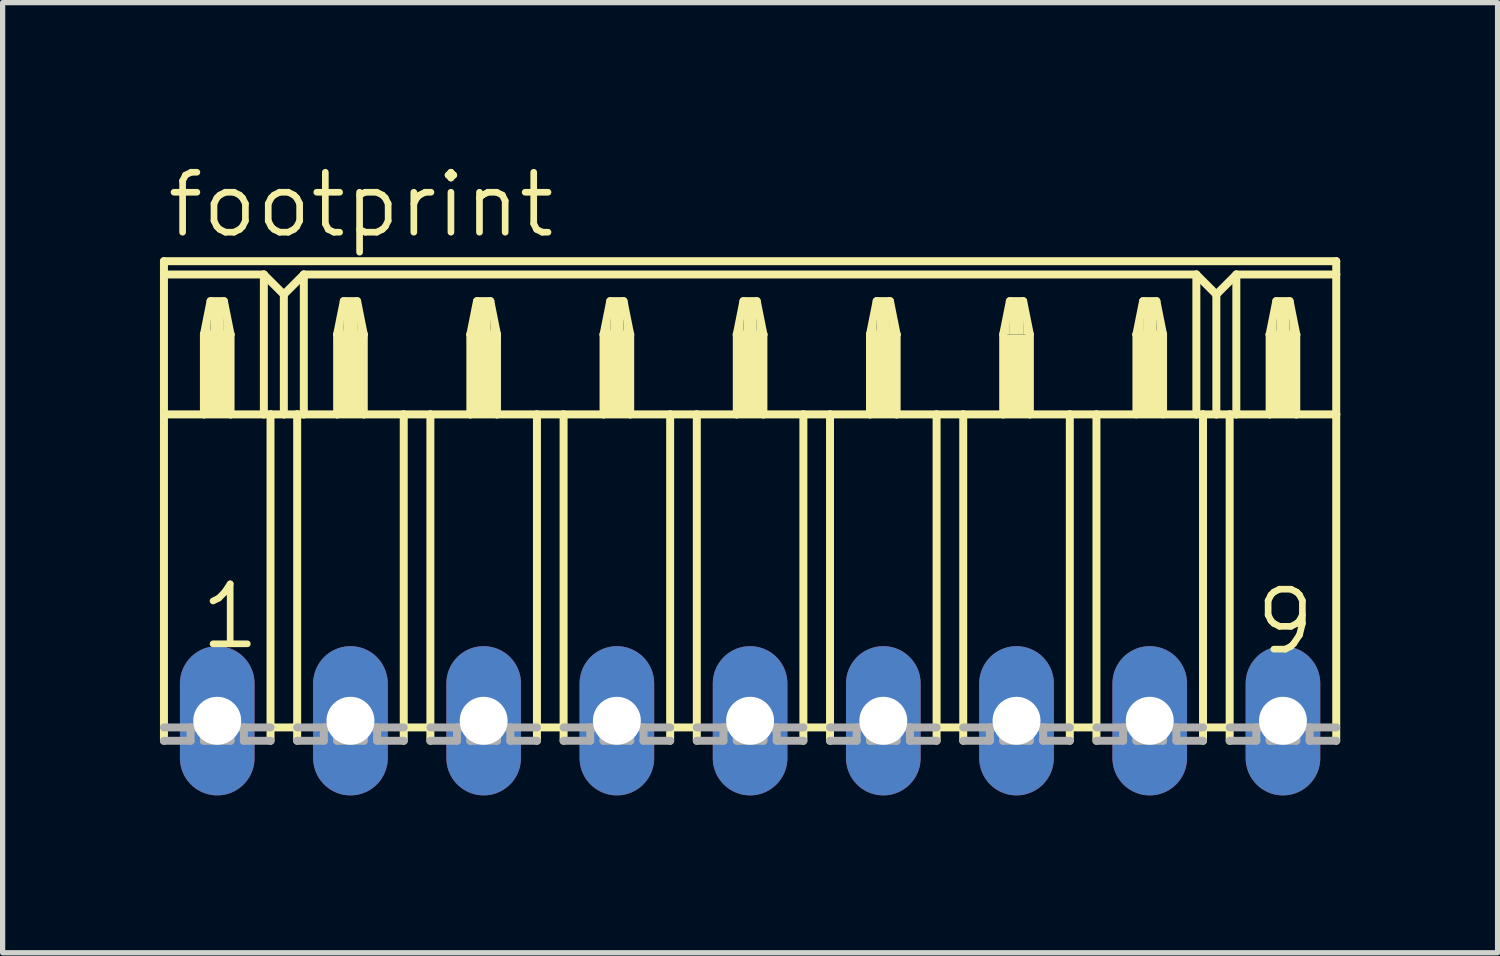
<source format=kicad_pcb>
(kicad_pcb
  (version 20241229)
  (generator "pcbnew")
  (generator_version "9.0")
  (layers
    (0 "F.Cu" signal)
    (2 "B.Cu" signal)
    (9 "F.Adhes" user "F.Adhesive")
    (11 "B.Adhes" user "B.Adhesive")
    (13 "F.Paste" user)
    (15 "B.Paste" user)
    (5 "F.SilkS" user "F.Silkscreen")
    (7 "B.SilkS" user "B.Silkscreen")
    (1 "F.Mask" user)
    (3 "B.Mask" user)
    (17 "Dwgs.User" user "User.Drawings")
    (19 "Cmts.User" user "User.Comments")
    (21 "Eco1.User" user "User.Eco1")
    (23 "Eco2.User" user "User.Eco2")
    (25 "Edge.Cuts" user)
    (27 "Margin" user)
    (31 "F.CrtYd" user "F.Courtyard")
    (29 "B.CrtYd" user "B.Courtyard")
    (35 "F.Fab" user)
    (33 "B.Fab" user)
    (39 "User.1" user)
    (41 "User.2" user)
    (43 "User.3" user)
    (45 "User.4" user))
  (footprint "footprint"
    (layer "F.Cu")
    (at 11.252 10.693)
    (property "Reference" "footprint" (at -11.176 -9.169 0) (layer "F.SilkS") (effects (font (size 1.143 1.143) (thickness 0.127)) (justify left bottom)))
    (fp_line (start -11.176 -8.763) (end -11.176 -8.509) (stroke (width 0.152) (type solid)) (layer "F.SilkS"))
    (fp_line (start -11.176 -8.763) (end 11.176 -8.763) (stroke (width 0.152) (type solid)) (layer "F.SilkS"))
    (fp_line (start -11.176 -8.509) (end -11.176 -5.842) (stroke (width 0.152) (type solid)) (layer "F.SilkS"))
    (fp_line (start -11.176 -8.509) (end -9.271 -8.509) (stroke (width 0.152) (type solid)) (layer "F.SilkS"))
    (fp_line (start -11.176 -5.842) (end -11.176 0.381) (stroke (width 0.152) (type solid)) (layer "F.SilkS"))
    (fp_line (start -11.176 -5.842) (end -10.414 -5.842) (stroke (width 0.152) (type solid)) (layer "F.SilkS"))
    (fp_line (start -10.414 -7.366) (end -10.414 -5.842) (stroke (width 0.152) (type solid)) (layer "F.SilkS"))
    (fp_line (start -10.414 -7.366) (end -10.287 -8.001) (stroke (width 0.152) (type solid)) (layer "F.SilkS"))
    (fp_line (start -10.414 -5.842) (end -9.906 -5.842) (stroke (width 0.152) (type solid)) (layer "F.SilkS"))
    (fp_line (start -10.287 -8.001) (end -10.033 -8.001) (stroke (width 0.152) (type solid)) (layer "F.SilkS"))
    (fp_line (start -10.033 -8.001) (end -9.906 -7.366) (stroke (width 0.152) (type solid)) (layer "F.SilkS"))
    (fp_line (start -9.906 -7.366) (end -10.414 -7.366) (stroke (width 0.152) (type solid)) (layer "F.SilkS"))
    (fp_line (start -9.906 -7.366) (end -9.906 -5.842) (stroke (width 0.152) (type solid)) (layer "F.SilkS"))
    (fp_line (start -9.906 -5.842) (end -9.271 -5.842) (stroke (width 0.152) (type solid)) (layer "F.SilkS"))
    (fp_line (start -9.271 -8.509) (end -9.271 -5.842) (stroke (width 0.152) (type solid)) (layer "F.SilkS"))
    (fp_line (start -9.271 -8.509) (end -8.89 -8.128) (stroke (width 0.152) (type solid)) (layer "F.SilkS"))
    (fp_line (start -9.271 -5.842) (end -9.144 -5.842) (stroke (width 0.152) (type solid)) (layer "F.SilkS"))
    (fp_line (start -9.144 -5.842) (end -9.144 0.127) (stroke (width 0.152) (type solid)) (layer "F.SilkS"))
    (fp_line (start -9.144 -5.842) (end -8.89 -5.842) (stroke (width 0.152) (type solid)) (layer "F.SilkS"))
    (fp_line (start -9.144 0.127) (end -9.144 0.381) (stroke (width 0.152) (type solid)) (layer "F.SilkS"))
    (fp_line (start -8.89 -8.128) (end -8.89 -5.842) (stroke (width 0.152) (type solid)) (layer "F.SilkS"))
    (fp_line (start -8.89 -8.128) (end -8.509 -8.509) (stroke (width 0.152) (type solid)) (layer "F.SilkS"))
    (fp_line (start -8.89 -5.842) (end -8.636 -5.842) (stroke (width 0.152) (type solid)) (layer "F.SilkS"))
    (fp_line (start -8.636 -5.842) (end -8.636 0.127) (stroke (width 0.152) (type solid)) (layer "F.SilkS"))
    (fp_line (start -8.636 -5.842) (end -8.509 -5.842) (stroke (width 0.152) (type solid)) (layer "F.SilkS"))
    (fp_line (start -8.636 0.127) (end -9.144 0.127) (stroke (width 0.152) (type solid)) (layer "F.SilkS"))
    (fp_line (start -8.636 0.127) (end -8.636 0.381) (stroke (width 0.152) (type solid)) (layer "F.SilkS"))
    (fp_line (start -8.509 -8.509) (end -8.509 -5.842) (stroke (width 0.152) (type solid)) (layer "F.SilkS"))
    (fp_line (start -8.509 -8.509) (end 8.509 -8.509) (stroke (width 0.152) (type solid)) (layer "F.SilkS"))
    (fp_line (start -8.509 -5.842) (end -7.874 -5.842) (stroke (width 0.152) (type solid)) (layer "F.SilkS"))
    (fp_line (start -7.874 -7.366) (end -7.874 -5.842) (stroke (width 0.152) (type solid)) (layer "F.SilkS"))
    (fp_line (start -7.874 -7.366) (end -7.747 -8.001) (stroke (width 0.152) (type solid)) (layer "F.SilkS"))
    (fp_line (start -7.874 -5.842) (end -7.366 -5.842) (stroke (width 0.152) (type solid)) (layer "F.SilkS"))
    (fp_line (start -7.747 -8.001) (end -7.493 -8.001) (stroke (width 0.152) (type solid)) (layer "F.SilkS"))
    (fp_line (start -7.493 -8.001) (end -7.366 -7.366) (stroke (width 0.152) (type solid)) (layer "F.SilkS"))
    (fp_line (start -7.366 -7.366) (end -7.874 -7.366) (stroke (width 0.152) (type solid)) (layer "F.SilkS"))
    (fp_line (start -7.366 -7.366) (end -7.366 -5.842) (stroke (width 0.152) (type solid)) (layer "F.SilkS"))
    (fp_line (start -7.366 -5.842) (end -6.604 -5.842) (stroke (width 0.152) (type solid)) (layer "F.SilkS"))
    (fp_line (start -6.604 -5.842) (end -6.604 0.127) (stroke (width 0.152) (type solid)) (layer "F.SilkS"))
    (fp_line (start -6.604 -5.842) (end -6.096 -5.842) (stroke (width 0.152) (type solid)) (layer "F.SilkS"))
    (fp_line (start -6.604 0.127) (end -6.604 0.381) (stroke (width 0.152) (type solid)) (layer "F.SilkS"))
    (fp_line (start -6.096 -5.842) (end -6.096 0.127) (stroke (width 0.152) (type solid)) (layer "F.SilkS"))
    (fp_line (start -6.096 -5.842) (end -5.334 -5.842) (stroke (width 0.152) (type solid)) (layer "F.SilkS"))
    (fp_line (start -6.096 0.127) (end -6.604 0.127) (stroke (width 0.152) (type solid)) (layer "F.SilkS"))
    (fp_line (start -6.096 0.127) (end -6.096 0.381) (stroke (width 0.152) (type solid)) (layer "F.SilkS"))
    (fp_line (start -5.334 -7.366) (end -5.334 -5.842) (stroke (width 0.152) (type solid)) (layer "F.SilkS"))
    (fp_line (start -5.334 -7.366) (end -5.207 -8.001) (stroke (width 0.152) (type solid)) (layer "F.SilkS"))
    (fp_line (start -5.334 -5.842) (end -4.826 -5.842) (stroke (width 0.152) (type solid)) (layer "F.SilkS"))
    (fp_line (start -5.207 -8.001) (end -4.953 -8.001) (stroke (width 0.152) (type solid)) (layer "F.SilkS"))
    (fp_line (start -4.953 -8.001) (end -4.826 -7.366) (stroke (width 0.152) (type solid)) (layer "F.SilkS"))
    (fp_line (start -4.826 -7.366) (end -5.334 -7.366) (stroke (width 0.152) (type solid)) (layer "F.SilkS"))
    (fp_line (start -4.826 -7.366) (end -4.826 -5.842) (stroke (width 0.152) (type solid)) (layer "F.SilkS"))
    (fp_line (start -4.826 -5.842) (end -4.064 -5.842) (stroke (width 0.152) (type solid)) (layer "F.SilkS"))
    (fp_line (start -4.064 -5.842) (end -4.064 0.127) (stroke (width 0.152) (type solid)) (layer "F.SilkS"))
    (fp_line (start -4.064 -5.842) (end -3.556 -5.842) (stroke (width 0.152) (type solid)) (layer "F.SilkS"))
    (fp_line (start -4.064 0.127) (end -4.064 0.381) (stroke (width 0.152) (type solid)) (layer "F.SilkS"))
    (fp_line (start -3.556 -5.842) (end -3.556 0.127) (stroke (width 0.152) (type solid)) (layer "F.SilkS"))
    (fp_line (start -3.556 -5.842) (end -2.794 -5.842) (stroke (width 0.152) (type solid)) (layer "F.SilkS"))
    (fp_line (start -3.556 0.127) (end -4.064 0.127) (stroke (width 0.152) (type solid)) (layer "F.SilkS"))
    (fp_line (start -3.556 0.127) (end -3.556 0.381) (stroke (width 0.152) (type solid)) (layer "F.SilkS"))
    (fp_line (start -2.794 -7.366) (end -2.794 -5.842) (stroke (width 0.152) (type solid)) (layer "F.SilkS"))
    (fp_line (start -2.794 -7.366) (end -2.667 -8.001) (stroke (width 0.152) (type solid)) (layer "F.SilkS"))
    (fp_line (start -2.794 -5.842) (end -2.286 -5.842) (stroke (width 0.152) (type solid)) (layer "F.SilkS"))
    (fp_line (start -2.667 -8.001) (end -2.413 -8.001) (stroke (width 0.152) (type solid)) (layer "F.SilkS"))
    (fp_line (start -2.413 -8.001) (end -2.286 -7.366) (stroke (width 0.152) (type solid)) (layer "F.SilkS"))
    (fp_line (start -2.286 -7.366) (end -2.794 -7.366) (stroke (width 0.152) (type solid)) (layer "F.SilkS"))
    (fp_line (start -2.286 -7.366) (end -2.286 -5.842) (stroke (width 0.152) (type solid)) (layer "F.SilkS"))
    (fp_line (start -2.286 -5.842) (end -1.524 -5.842) (stroke (width 0.152) (type solid)) (layer "F.SilkS"))
    (fp_line (start -1.524 -5.842) (end -1.524 0.127) (stroke (width 0.152) (type solid)) (layer "F.SilkS"))
    (fp_line (start -1.524 -5.842) (end -1.016 -5.842) (stroke (width 0.152) (type solid)) (layer "F.SilkS"))
    (fp_line (start -1.524 0.127) (end -1.524 0.381) (stroke (width 0.152) (type solid)) (layer "F.SilkS"))
    (fp_line (start -1.016 -5.842) (end -1.016 0.127) (stroke (width 0.152) (type solid)) (layer "F.SilkS"))
    (fp_line (start -1.016 -5.842) (end -0.254 -5.842) (stroke (width 0.152) (type solid)) (layer "F.SilkS"))
    (fp_line (start -1.016 0.127) (end -1.524 0.127) (stroke (width 0.152) (type solid)) (layer "F.SilkS"))
    (fp_line (start -1.016 0.127) (end -1.016 0.381) (stroke (width 0.152) (type solid)) (layer "F.SilkS"))
    (fp_line (start -0.254 -7.366) (end -0.254 -5.842) (stroke (width 0.152) (type solid)) (layer "F.SilkS"))
    (fp_line (start -0.254 -7.366) (end -0.127 -8.001) (stroke (width 0.152) (type solid)) (layer "F.SilkS"))
    (fp_line (start -0.254 -5.842) (end 0.254 -5.842) (stroke (width 0.152) (type solid)) (layer "F.SilkS"))
    (fp_line (start -0.127 -8.001) (end 0.127 -8.001) (stroke (width 0.152) (type solid)) (layer "F.SilkS"))
    (fp_line (start 0.127 -8.001) (end 0.254 -7.366) (stroke (width 0.152) (type solid)) (layer "F.SilkS"))
    (fp_line (start 0.254 -7.366) (end -0.254 -7.366) (stroke (width 0.152) (type solid)) (layer "F.SilkS"))
    (fp_line (start 0.254 -7.366) (end 0.254 -5.842) (stroke (width 0.152) (type solid)) (layer "F.SilkS"))
    (fp_line (start 0.254 -5.842) (end 1.016 -5.842) (stroke (width 0.152) (type solid)) (layer "F.SilkS"))
    (fp_line (start 1.016 -5.842) (end 1.016 0.127) (stroke (width 0.152) (type solid)) (layer "F.SilkS"))
    (fp_line (start 1.016 -5.842) (end 1.524 -5.842) (stroke (width 0.152) (type solid)) (layer "F.SilkS"))
    (fp_line (start 1.016 0.127) (end 1.016 0.381) (stroke (width 0.152) (type solid)) (layer "F.SilkS"))
    (fp_line (start 1.524 -5.842) (end 1.524 0.127) (stroke (width 0.152) (type solid)) (layer "F.SilkS"))
    (fp_line (start 1.524 -5.842) (end 2.286 -5.842) (stroke (width 0.152) (type solid)) (layer "F.SilkS"))
    (fp_line (start 1.524 0.127) (end 1.016 0.127) (stroke (width 0.152) (type solid)) (layer "F.SilkS"))
    (fp_line (start 1.524 0.127) (end 1.524 0.381) (stroke (width 0.152) (type solid)) (layer "F.SilkS"))
    (fp_line (start 2.286 -7.366) (end 2.286 -5.842) (stroke (width 0.152) (type solid)) (layer "F.SilkS"))
    (fp_line (start 2.286 -7.366) (end 2.413 -8.001) (stroke (width 0.152) (type solid)) (layer "F.SilkS"))
    (fp_line (start 2.286 -5.842) (end 2.794 -5.842) (stroke (width 0.152) (type solid)) (layer "F.SilkS"))
    (fp_line (start 2.413 -8.001) (end 2.667 -8.001) (stroke (width 0.152) (type solid)) (layer "F.SilkS"))
    (fp_line (start 2.667 -8.001) (end 2.794 -7.366) (stroke (width 0.152) (type solid)) (layer "F.SilkS"))
    (fp_line (start 2.794 -7.366) (end 2.286 -7.366) (stroke (width 0.152) (type solid)) (layer "F.SilkS"))
    (fp_line (start 2.794 -7.366) (end 2.794 -5.842) (stroke (width 0.152) (type solid)) (layer "F.SilkS"))
    (fp_line (start 2.794 -5.842) (end 3.556 -5.842) (stroke (width 0.152) (type solid)) (layer "F.SilkS"))
    (fp_line (start 3.556 -5.842) (end 3.556 0.127) (stroke (width 0.152) (type solid)) (layer "F.SilkS"))
    (fp_line (start 3.556 -5.842) (end 4.064 -5.842) (stroke (width 0.152) (type solid)) (layer "F.SilkS"))
    (fp_line (start 3.556 0.127) (end 3.556 0.381) (stroke (width 0.152) (type solid)) (layer "F.SilkS"))
    (fp_line (start 4.064 -5.842) (end 4.064 0.127) (stroke (width 0.152) (type solid)) (layer "F.SilkS"))
    (fp_line (start 4.064 -5.842) (end 4.826 -5.842) (stroke (width 0.152) (type solid)) (layer "F.SilkS"))
    (fp_line (start 4.064 0.127) (end 3.556 0.127) (stroke (width 0.152) (type solid)) (layer "F.SilkS"))
    (fp_line (start 4.064 0.127) (end 4.064 0.381) (stroke (width 0.152) (type solid)) (layer "F.SilkS"))
    (fp_line (start 4.826 -7.366) (end 4.826 -5.842) (stroke (width 0.152) (type solid)) (layer "F.SilkS"))
    (fp_line (start 4.826 -7.366) (end 4.953 -8.001) (stroke (width 0.152) (type solid)) (layer "F.SilkS"))
    (fp_line (start 4.826 -5.842) (end 5.334 -5.842) (stroke (width 0.152) (type solid)) (layer "F.SilkS"))
    (fp_line (start 4.953 -8.001) (end 5.207 -8.001) (stroke (width 0.152) (type solid)) (layer "F.SilkS"))
    (fp_line (start 5.207 -8.001) (end 5.334 -7.366) (stroke (width 0.152) (type solid)) (layer "F.SilkS"))
    (fp_line (start 5.334 -7.366) (end 5.334 -5.842) (stroke (width 0.152) (type solid)) (layer "F.SilkS"))
    (fp_line (start 5.334 -5.842) (end 6.096 -5.842) (stroke (width 0.152) (type solid)) (layer "F.SilkS"))
    (fp_line (start 6.096 -5.842) (end 6.096 0.127) (stroke (width 0.152) (type solid)) (layer "F.SilkS"))
    (fp_line (start 6.096 -5.842) (end 6.604 -5.842) (stroke (width 0.152) (type solid)) (layer "F.SilkS"))
    (fp_line (start 6.096 0.127) (end 6.096 0.381) (stroke (width 0.152) (type solid)) (layer "F.SilkS"))
    (fp_line (start 6.604 -5.842) (end 6.604 0.127) (stroke (width 0.152) (type solid)) (layer "F.SilkS"))
    (fp_line (start 6.604 -5.842) (end 8.509 -5.842) (stroke (width 0.152) (type solid)) (layer "F.SilkS"))
    (fp_line (start 6.604 0.127) (end 6.096 0.127) (stroke (width 0.152) (type solid)) (layer "F.SilkS"))
    (fp_line (start 6.604 0.127) (end 6.604 0.381) (stroke (width 0.152) (type solid)) (layer "F.SilkS"))
    (fp_line (start 7.366 -7.366) (end 7.366 -5.842) (stroke (width 0.152) (type solid)) (layer "F.SilkS"))
    (fp_line (start 7.366 -7.366) (end 7.493 -8.001) (stroke (width 0.152) (type solid)) (layer "F.SilkS"))
    (fp_line (start 7.493 -8.001) (end 7.747 -8.001) (stroke (width 0.152) (type solid)) (layer "F.SilkS"))
    (fp_line (start 7.747 -8.001) (end 7.874 -7.366) (stroke (width 0.152) (type solid)) (layer "F.SilkS"))
    (fp_line (start 7.874 -7.366) (end 7.366 -7.366) (stroke (width 0.152) (type solid)) (layer "F.SilkS"))
    (fp_line (start 7.874 -7.366) (end 7.874 -5.842) (stroke (width 0.152) (type solid)) (layer "F.SilkS"))
    (fp_line (start 8.509 -8.509) (end 8.509 -5.842) (stroke (width 0.152) (type solid)) (layer "F.SilkS"))
    (fp_line (start 8.509 -8.509) (end 8.89 -8.128) (stroke (width 0.152) (type solid)) (layer "F.SilkS"))
    (fp_line (start 8.509 -5.842) (end 8.636 -5.842) (stroke (width 0.152) (type solid)) (layer "F.SilkS"))
    (fp_line (start 8.636 -5.842) (end 8.636 0.127) (stroke (width 0.152) (type solid)) (layer "F.SilkS"))
    (fp_line (start 8.636 -5.842) (end 8.89 -5.842) (stroke (width 0.152) (type solid)) (layer "F.SilkS"))
    (fp_line (start 8.636 0.127) (end 8.636 0.381) (stroke (width 0.152) (type solid)) (layer "F.SilkS"))
    (fp_line (start 8.89 -8.128) (end 8.89 -5.842) (stroke (width 0.152) (type solid)) (layer "F.SilkS"))
    (fp_line (start 8.89 -8.128) (end 9.271 -8.509) (stroke (width 0.152) (type solid)) (layer "F.SilkS"))
    (fp_line (start 8.89 -5.842) (end 9.144 -5.842) (stroke (width 0.152) (type solid)) (layer "F.SilkS"))
    (fp_line (start 9.144 -5.842) (end 9.144 0.127) (stroke (width 0.152) (type solid)) (layer "F.SilkS"))
    (fp_line (start 9.144 -5.842) (end 9.271 -5.842) (stroke (width 0.152) (type solid)) (layer "F.SilkS"))
    (fp_line (start 9.144 0.127) (end 8.636 0.127) (stroke (width 0.152) (type solid)) (layer "F.SilkS"))
    (fp_line (start 9.144 0.127) (end 9.144 0.381) (stroke (width 0.152) (type solid)) (layer "F.SilkS"))
    (fp_line (start 9.271 -8.509) (end 9.271 -5.842) (stroke (width 0.152) (type solid)) (layer "F.SilkS"))
    (fp_line (start 9.271 -8.509) (end 11.176 -8.509) (stroke (width 0.152) (type solid)) (layer "F.SilkS"))
    (fp_line (start 9.271 -5.842) (end 9.906 -5.842) (stroke (width 0.152) (type solid)) (layer "F.SilkS"))
    (fp_line (start 9.906 -7.366) (end 9.906 -5.842) (stroke (width 0.152) (type solid)) (layer "F.SilkS"))
    (fp_line (start 9.906 -7.366) (end 10.033 -8.001) (stroke (width 0.152) (type solid)) (layer "F.SilkS"))
    (fp_line (start 9.906 -5.842) (end 10.414 -5.842) (stroke (width 0.152) (type solid)) (layer "F.SilkS"))
    (fp_line (start 10.033 -8.001) (end 10.287 -8.001) (stroke (width 0.152) (type solid)) (layer "F.SilkS"))
    (fp_line (start 10.287 -8.001) (end 10.414 -7.366) (stroke (width 0.152) (type solid)) (layer "F.SilkS"))
    (fp_line (start 10.414 -7.366) (end 9.906 -7.366) (stroke (width 0.152) (type solid)) (layer "F.SilkS"))
    (fp_line (start 10.414 -7.366) (end 10.414 -5.842) (stroke (width 0.152) (type solid)) (layer "F.SilkS"))
    (fp_line (start 10.414 -5.842) (end 11.176 -5.842) (stroke (width 0.152) (type solid)) (layer "F.SilkS"))
    (fp_line (start 11.176 -8.509) (end 11.176 -8.763) (stroke (width 0.152) (type solid)) (layer "F.SilkS"))
    (fp_line (start 11.176 -5.842) (end 11.176 -8.509) (stroke (width 0.152) (type solid)) (layer "F.SilkS"))
    (fp_line (start 11.176 -5.842) (end 11.176 0.381) (stroke (width 0.152) (type solid)) (layer "F.SilkS"))
    (fp_poly (pts (xy -10.414 -7.366) (xy -10.287 -7.366) (xy -10.287 -7.62) (xy -10.414 -7.62)) (stroke (width 0) (type solid)) (fill yes) (layer "F.SilkS"))
    (fp_poly (pts (xy -10.414 -5.842) (xy -9.906 -5.842) (xy -9.906 -7.366) (xy -10.414 -7.366)) (stroke (width 0) (type solid)) (fill yes) (layer "F.SilkS"))
    (fp_poly (pts (xy -10.287 -7.366) (xy -10.033 -7.366) (xy -10.033 -8.001) (xy -10.287 -8.001)) (stroke (width 0) (type solid)) (fill yes) (layer "F.SilkS"))
    (fp_poly (pts (xy -10.033 -7.366) (xy -9.906 -7.366) (xy -9.906 -7.62) (xy -10.033 -7.62)) (stroke (width 0) (type solid)) (fill yes) (layer "F.SilkS"))
    (fp_poly (pts (xy -7.874 -7.366) (xy -7.747 -7.366) (xy -7.747 -7.62) (xy -7.874 -7.62)) (stroke (width 0) (type solid)) (fill yes) (layer "F.SilkS"))
    (fp_poly (pts (xy -7.874 -5.842) (xy -7.366 -5.842) (xy -7.366 -7.366) (xy -7.874 -7.366)) (stroke (width 0) (type solid)) (fill yes) (layer "F.SilkS"))
    (fp_poly (pts (xy -7.747 -7.366) (xy -7.493 -7.366) (xy -7.493 -8.001) (xy -7.747 -8.001)) (stroke (width 0) (type solid)) (fill yes) (layer "F.SilkS"))
    (fp_poly (pts (xy -7.493 -7.366) (xy -7.366 -7.366) (xy -7.366 -7.62) (xy -7.493 -7.62)) (stroke (width 0) (type solid)) (fill yes) (layer "F.SilkS"))
    (fp_poly (pts (xy -5.334 -7.366) (xy -5.207 -7.366) (xy -5.207 -7.62) (xy -5.334 -7.62)) (stroke (width 0) (type solid)) (fill yes) (layer "F.SilkS"))
    (fp_poly (pts (xy -5.334 -5.842) (xy -4.826 -5.842) (xy -4.826 -7.366) (xy -5.334 -7.366)) (stroke (width 0) (type solid)) (fill yes) (layer "F.SilkS"))
    (fp_poly (pts (xy -5.207 -7.366) (xy -4.953 -7.366) (xy -4.953 -8.001) (xy -5.207 -8.001)) (stroke (width 0) (type solid)) (fill yes) (layer "F.SilkS"))
    (fp_poly (pts (xy -4.953 -7.366) (xy -4.826 -7.366) (xy -4.826 -7.62) (xy -4.953 -7.62)) (stroke (width 0) (type solid)) (fill yes) (layer "F.SilkS"))
    (fp_poly (pts (xy -2.794 -7.366) (xy -2.667 -7.366) (xy -2.667 -7.62) (xy -2.794 -7.62)) (stroke (width 0) (type solid)) (fill yes) (layer "F.SilkS"))
    (fp_poly (pts (xy -2.794 -5.842) (xy -2.286 -5.842) (xy -2.286 -7.366) (xy -2.794 -7.366)) (stroke (width 0) (type solid)) (fill yes) (layer "F.SilkS"))
    (fp_poly (pts (xy -2.667 -7.366) (xy -2.413 -7.366) (xy -2.413 -8.001) (xy -2.667 -8.001)) (stroke (width 0) (type solid)) (fill yes) (layer "F.SilkS"))
    (fp_poly (pts (xy -2.413 -7.366) (xy -2.286 -7.366) (xy -2.286 -7.62) (xy -2.413 -7.62)) (stroke (width 0) (type solid)) (fill yes) (layer "F.SilkS"))
    (fp_poly (pts (xy -0.254 -7.366) (xy -0.127 -7.366) (xy -0.127 -7.62) (xy -0.254 -7.62)) (stroke (width 0) (type solid)) (fill yes) (layer "F.SilkS"))
    (fp_poly (pts (xy -0.254 -5.842) (xy 0.254 -5.842) (xy 0.254 -7.366) (xy -0.254 -7.366)) (stroke (width 0) (type solid)) (fill yes) (layer "F.SilkS"))
    (fp_poly (pts (xy -0.127 -7.366) (xy 0.127 -7.366) (xy 0.127 -8.001) (xy -0.127 -8.001)) (stroke (width 0) (type solid)) (fill yes) (layer "F.SilkS"))
    (fp_poly (pts (xy 0.127 -7.366) (xy 0.254 -7.366) (xy 0.254 -7.62) (xy 0.127 -7.62)) (stroke (width 0) (type solid)) (fill yes) (layer "F.SilkS"))
    (fp_poly (pts (xy 2.286 -7.366) (xy 2.413 -7.366) (xy 2.413 -7.62) (xy 2.286 -7.62)) (stroke (width 0) (type solid)) (fill yes) (layer "F.SilkS"))
    (fp_poly (pts (xy 2.286 -5.842) (xy 2.794 -5.842) (xy 2.794 -7.366) (xy 2.286 -7.366)) (stroke (width 0) (type solid)) (fill yes) (layer "F.SilkS"))
    (fp_poly (pts (xy 2.413 -7.366) (xy 2.667 -7.366) (xy 2.667 -8.001) (xy 2.413 -8.001)) (stroke (width 0) (type solid)) (fill yes) (layer "F.SilkS"))
    (fp_poly (pts (xy 2.667 -7.366) (xy 2.794 -7.366) (xy 2.794 -7.62) (xy 2.667 -7.62)) (stroke (width 0) (type solid)) (fill yes) (layer "F.SilkS"))
    (fp_poly (pts (xy 4.826 -7.366) (xy 4.953 -7.366) (xy 4.953 -7.62) (xy 4.826 -7.62)) (stroke (width 0) (type solid)) (fill yes) (layer "F.SilkS"))
    (fp_poly (pts (xy 4.826 -5.842) (xy 5.334 -5.842) (xy 5.334 -7.366) (xy 4.826 -7.366)) (stroke (width 0) (type solid)) (fill yes) (layer "F.SilkS"))
    (fp_poly (pts (xy 4.953 -7.366) (xy 5.207 -7.366) (xy 5.207 -8.001) (xy 4.953 -8.001)) (stroke (width 0) (type solid)) (fill yes) (layer "F.SilkS"))
    (fp_poly (pts (xy 5.207 -7.366) (xy 5.334 -7.366) (xy 5.334 -7.62) (xy 5.207 -7.62)) (stroke (width 0) (type solid)) (fill yes) (layer "F.SilkS"))
    (fp_poly (pts (xy 7.366 -7.366) (xy 7.493 -7.366) (xy 7.493 -7.62) (xy 7.366 -7.62)) (stroke (width 0) (type solid)) (fill yes) (layer "F.SilkS"))
    (fp_poly (pts (xy 7.366 -5.842) (xy 7.874 -5.842) (xy 7.874 -7.366) (xy 7.366 -7.366)) (stroke (width 0) (type solid)) (fill yes) (layer "F.SilkS"))
    (fp_poly (pts (xy 7.493 -7.366) (xy 7.747 -7.366) (xy 7.747 -8.001) (xy 7.493 -8.001)) (stroke (width 0) (type solid)) (fill yes) (layer "F.SilkS"))
    (fp_poly (pts (xy 7.747 -7.366) (xy 7.874 -7.366) (xy 7.874 -7.62) (xy 7.747 -7.62)) (stroke (width 0) (type solid)) (fill yes) (layer "F.SilkS"))
    (fp_poly (pts (xy 9.906 -7.366) (xy 10.033 -7.366) (xy 10.033 -7.62) (xy 9.906 -7.62)) (stroke (width 0) (type solid)) (fill yes) (layer "F.SilkS"))
    (fp_poly (pts (xy 9.906 -5.842) (xy 10.414 -5.842) (xy 10.414 -7.366) (xy 9.906 -7.366)) (stroke (width 0) (type solid)) (fill yes) (layer "F.SilkS"))
    (fp_poly (pts (xy 10.033 -7.366) (xy 10.287 -7.366) (xy 10.287 -8.001) (xy 10.033 -8.001)) (stroke (width 0) (type solid)) (fill yes) (layer "F.SilkS"))
    (fp_poly (pts (xy 10.287 -7.366) (xy 10.414 -7.366) (xy 10.414 -7.62) (xy 10.287 -7.62)) (stroke (width 0) (type solid)) (fill yes) (layer "F.SilkS"))
    (fp_line (start -11.176 0.127) (end -10.668 0.127) (stroke (width 0.152) (type solid)) (layer "F.Fab"))
    (fp_line (start -10.668 0.381) (end -11.176 0.381) (stroke (width 0.152) (type solid)) (layer "F.Fab"))
    (fp_line (start -10.668 0.381) (end -10.668 0.127) (stroke (width 0.152) (type solid)) (layer "F.Fab"))
    (fp_line (start -10.414 0.127) (end -10.668 0.127) (stroke (width 0.152) (type solid)) (layer "F.Fab"))
    (fp_line (start -10.414 0.381) (end -10.414 0.127) (stroke (width 0.152) (type solid)) (layer "F.Fab"))
    (fp_line (start -9.906 0.381) (end -10.414 0.381) (stroke (width 0.152) (type solid)) (layer "F.Fab"))
    (fp_line (start -9.906 0.381) (end -9.906 0.127) (stroke (width 0.152) (type solid)) (layer "F.Fab"))
    (fp_line (start -9.652 0.127) (end -9.906 0.127) (stroke (width 0.152) (type solid)) (layer "F.Fab"))
    (fp_line (start -9.652 0.381) (end -9.652 0.127) (stroke (width 0.152) (type solid)) (layer "F.Fab"))
    (fp_line (start -9.144 0.127) (end -9.652 0.127) (stroke (width 0.152) (type solid)) (layer "F.Fab"))
    (fp_line (start -9.144 0.381) (end -9.652 0.381) (stroke (width 0.152) (type solid)) (layer "F.Fab"))
    (fp_line (start -8.636 0.127) (end -8.128 0.127) (stroke (width 0.152) (type solid)) (layer "F.Fab"))
    (fp_line (start -8.128 0.381) (end -8.636 0.381) (stroke (width 0.152) (type solid)) (layer "F.Fab"))
    (fp_line (start -8.128 0.381) (end -8.128 0.127) (stroke (width 0.152) (type solid)) (layer "F.Fab"))
    (fp_line (start -7.874 0.127) (end -8.128 0.127) (stroke (width 0.152) (type solid)) (layer "F.Fab"))
    (fp_line (start -7.874 0.381) (end -7.874 0.127) (stroke (width 0.152) (type solid)) (layer "F.Fab"))
    (fp_line (start -7.366 0.381) (end -7.874 0.381) (stroke (width 0.152) (type solid)) (layer "F.Fab"))
    (fp_line (start -7.366 0.381) (end -7.366 0.127) (stroke (width 0.152) (type solid)) (layer "F.Fab"))
    (fp_line (start -7.112 0.127) (end -7.366 0.127) (stroke (width 0.152) (type solid)) (layer "F.Fab"))
    (fp_line (start -7.112 0.381) (end -7.112 0.127) (stroke (width 0.152) (type solid)) (layer "F.Fab"))
    (fp_line (start -6.604 0.127) (end -7.112 0.127) (stroke (width 0.152) (type solid)) (layer "F.Fab"))
    (fp_line (start -6.604 0.381) (end -7.112 0.381) (stroke (width 0.152) (type solid)) (layer "F.Fab"))
    (fp_line (start -6.096 0.127) (end -5.588 0.127) (stroke (width 0.152) (type solid)) (layer "F.Fab"))
    (fp_line (start -5.588 0.381) (end -6.096 0.381) (stroke (width 0.152) (type solid)) (layer "F.Fab"))
    (fp_line (start -5.588 0.381) (end -5.588 0.127) (stroke (width 0.152) (type solid)) (layer "F.Fab"))
    (fp_line (start -5.334 0.127) (end -5.588 0.127) (stroke (width 0.152) (type solid)) (layer "F.Fab"))
    (fp_line (start -5.334 0.381) (end -5.334 0.127) (stroke (width 0.152) (type solid)) (layer "F.Fab"))
    (fp_line (start -4.826 0.381) (end -5.334 0.381) (stroke (width 0.152) (type solid)) (layer "F.Fab"))
    (fp_line (start -4.826 0.381) (end -4.826 0.127) (stroke (width 0.152) (type solid)) (layer "F.Fab"))
    (fp_line (start -4.572 0.127) (end -4.826 0.127) (stroke (width 0.152) (type solid)) (layer "F.Fab"))
    (fp_line (start -4.572 0.381) (end -4.572 0.127) (stroke (width 0.152) (type solid)) (layer "F.Fab"))
    (fp_line (start -4.064 0.127) (end -4.572 0.127) (stroke (width 0.152) (type solid)) (layer "F.Fab"))
    (fp_line (start -4.064 0.381) (end -4.572 0.381) (stroke (width 0.152) (type solid)) (layer "F.Fab"))
    (fp_line (start -3.556 0.127) (end -3.048 0.127) (stroke (width 0.152) (type solid)) (layer "F.Fab"))
    (fp_line (start -3.048 0.381) (end -3.556 0.381) (stroke (width 0.152) (type solid)) (layer "F.Fab"))
    (fp_line (start -3.048 0.381) (end -3.048 0.127) (stroke (width 0.152) (type solid)) (layer "F.Fab"))
    (fp_line (start -2.794 0.127) (end -3.048 0.127) (stroke (width 0.152) (type solid)) (layer "F.Fab"))
    (fp_line (start -2.794 0.381) (end -2.794 0.127) (stroke (width 0.152) (type solid)) (layer "F.Fab"))
    (fp_line (start -2.286 0.381) (end -2.794 0.381) (stroke (width 0.152) (type solid)) (layer "F.Fab"))
    (fp_line (start -2.286 0.381) (end -2.286 0.127) (stroke (width 0.152) (type solid)) (layer "F.Fab"))
    (fp_line (start -2.032 0.127) (end -2.286 0.127) (stroke (width 0.152) (type solid)) (layer "F.Fab"))
    (fp_line (start -2.032 0.381) (end -2.032 0.127) (stroke (width 0.152) (type solid)) (layer "F.Fab"))
    (fp_line (start -1.524 0.127) (end -2.032 0.127) (stroke (width 0.152) (type solid)) (layer "F.Fab"))
    (fp_line (start -1.524 0.381) (end -2.032 0.381) (stroke (width 0.152) (type solid)) (layer "F.Fab"))
    (fp_line (start -1.016 0.127) (end -0.508 0.127) (stroke (width 0.152) (type solid)) (layer "F.Fab"))
    (fp_line (start -0.508 0.381) (end -1.016 0.381) (stroke (width 0.152) (type solid)) (layer "F.Fab"))
    (fp_line (start -0.508 0.381) (end -0.508 0.127) (stroke (width 0.152) (type solid)) (layer "F.Fab"))
    (fp_line (start -0.254 0.127) (end -0.508 0.127) (stroke (width 0.152) (type solid)) (layer "F.Fab"))
    (fp_line (start -0.254 0.381) (end -0.254 0.127) (stroke (width 0.152) (type solid)) (layer "F.Fab"))
    (fp_line (start 0.254 0.381) (end -0.254 0.381) (stroke (width 0.152) (type solid)) (layer "F.Fab"))
    (fp_line (start 0.254 0.381) (end 0.254 0.127) (stroke (width 0.152) (type solid)) (layer "F.Fab"))
    (fp_line (start 0.508 0.127) (end 0.254 0.127) (stroke (width 0.152) (type solid)) (layer "F.Fab"))
    (fp_line (start 0.508 0.381) (end 0.508 0.127) (stroke (width 0.152) (type solid)) (layer "F.Fab"))
    (fp_line (start 1.016 0.127) (end 0.508 0.127) (stroke (width 0.152) (type solid)) (layer "F.Fab"))
    (fp_line (start 1.016 0.381) (end 0.508 0.381) (stroke (width 0.152) (type solid)) (layer "F.Fab"))
    (fp_line (start 1.524 0.127) (end 2.032 0.127) (stroke (width 0.152) (type solid)) (layer "F.Fab"))
    (fp_line (start 2.032 0.381) (end 1.524 0.381) (stroke (width 0.152) (type solid)) (layer "F.Fab"))
    (fp_line (start 2.032 0.381) (end 2.032 0.127) (stroke (width 0.152) (type solid)) (layer "F.Fab"))
    (fp_line (start 2.286 0.127) (end 2.032 0.127) (stroke (width 0.152) (type solid)) (layer "F.Fab"))
    (fp_line (start 2.286 0.381) (end 2.286 0.127) (stroke (width 0.152) (type solid)) (layer "F.Fab"))
    (fp_line (start 2.794 0.381) (end 2.286 0.381) (stroke (width 0.152) (type solid)) (layer "F.Fab"))
    (fp_line (start 2.794 0.381) (end 2.794 0.127) (stroke (width 0.152) (type solid)) (layer "F.Fab"))
    (fp_line (start 3.048 0.127) (end 2.794 0.127) (stroke (width 0.152) (type solid)) (layer "F.Fab"))
    (fp_line (start 3.048 0.381) (end 3.048 0.127) (stroke (width 0.152) (type solid)) (layer "F.Fab"))
    (fp_line (start 3.556 0.127) (end 3.048 0.127) (stroke (width 0.152) (type solid)) (layer "F.Fab"))
    (fp_line (start 3.556 0.381) (end 3.048 0.381) (stroke (width 0.152) (type solid)) (layer "F.Fab"))
    (fp_line (start 4.064 0.127) (end 4.572 0.127) (stroke (width 0.152) (type solid)) (layer "F.Fab"))
    (fp_line (start 4.572 0.127) (end 4.826 0.127) (stroke (width 0.152) (type solid)) (layer "F.Fab"))
    (fp_line (start 4.572 0.381) (end 4.064 0.381) (stroke (width 0.152) (type solid)) (layer "F.Fab"))
    (fp_line (start 4.572 0.381) (end 4.572 0.127) (stroke (width 0.152) (type solid)) (layer "F.Fab"))
    (fp_line (start 4.826 0.381) (end 4.826 0.127) (stroke (width 0.152) (type solid)) (layer "F.Fab"))
    (fp_line (start 5.334 0.381) (end 4.826 0.381) (stroke (width 0.152) (type solid)) (layer "F.Fab"))
    (fp_line (start 5.334 0.381) (end 5.334 0.127) (stroke (width 0.152) (type solid)) (layer "F.Fab"))
    (fp_line (start 5.588 0.127) (end 5.334 0.127) (stroke (width 0.152) (type solid)) (layer "F.Fab"))
    (fp_line (start 5.588 0.381) (end 5.588 0.127) (stroke (width 0.152) (type solid)) (layer "F.Fab"))
    (fp_line (start 6.096 0.127) (end 5.588 0.127) (stroke (width 0.152) (type solid)) (layer "F.Fab"))
    (fp_line (start 6.096 0.381) (end 5.588 0.381) (stroke (width 0.152) (type solid)) (layer "F.Fab"))
    (fp_line (start 6.604 0.127) (end 7.112 0.127) (stroke (width 0.152) (type solid)) (layer "F.Fab"))
    (fp_line (start 7.112 0.381) (end 6.604 0.381) (stroke (width 0.152) (type solid)) (layer "F.Fab"))
    (fp_line (start 7.112 0.381) (end 7.112 0.127) (stroke (width 0.152) (type solid)) (layer "F.Fab"))
    (fp_line (start 7.366 0.127) (end 7.112 0.127) (stroke (width 0.152) (type solid)) (layer "F.Fab"))
    (fp_line (start 7.366 0.381) (end 7.366 0.127) (stroke (width 0.152) (type solid)) (layer "F.Fab"))
    (fp_line (start 7.874 0.381) (end 7.366 0.381) (stroke (width 0.152) (type solid)) (layer "F.Fab"))
    (fp_line (start 7.874 0.381) (end 7.874 0.127) (stroke (width 0.152) (type solid)) (layer "F.Fab"))
    (fp_line (start 8.128 0.127) (end 7.874 0.127) (stroke (width 0.152) (type solid)) (layer "F.Fab"))
    (fp_line (start 8.128 0.381) (end 8.128 0.127) (stroke (width 0.152) (type solid)) (layer "F.Fab"))
    (fp_line (start 8.636 0.127) (end 8.128 0.127) (stroke (width 0.152) (type solid)) (layer "F.Fab"))
    (fp_line (start 8.636 0.381) (end 8.128 0.381) (stroke (width 0.152) (type solid)) (layer "F.Fab"))
    (fp_line (start 9.144 0.127) (end 9.652 0.127) (stroke (width 0.152) (type solid)) (layer "F.Fab"))
    (fp_line (start 9.652 0.381) (end 9.144 0.381) (stroke (width 0.152) (type solid)) (layer "F.Fab"))
    (fp_line (start 9.652 0.381) (end 9.652 0.127) (stroke (width 0.152) (type solid)) (layer "F.Fab"))
    (fp_line (start 9.906 0.127) (end 9.652 0.127) (stroke (width 0.152) (type solid)) (layer "F.Fab"))
    (fp_line (start 9.906 0.381) (end 9.906 0.127) (stroke (width 0.152) (type solid)) (layer "F.Fab"))
    (fp_line (start 10.414 0.381) (end 9.906 0.381) (stroke (width 0.152) (type solid)) (layer "F.Fab"))
    (fp_line (start 10.414 0.381) (end 10.414 0.127) (stroke (width 0.152) (type solid)) (layer "F.Fab"))
    (fp_line (start 10.668 0.127) (end 10.414 0.127) (stroke (width 0.152) (type solid)) (layer "F.Fab"))
    (fp_line (start 10.668 0.381) (end 10.668 0.127) (stroke (width 0.152) (type solid)) (layer "F.Fab"))
    (fp_line (start 11.176 0.127) (end 10.668 0.127) (stroke (width 0.152) (type solid)) (layer "F.Fab"))
    (fp_line (start 11.176 0.381) (end 10.668 0.381) (stroke (width 0.152) (type solid)) (layer "F.Fab"))
    (fp_text user "9" (at 9.576 -1.219 0) (layer "F.SilkS") (effects (font (size 1.143 1.143) (thickness 0.127)) (justify left bottom)))
    (fp_text user "1" (at -10.541 -1.321 0) (layer "F.SilkS") (effects (font (size 1.143 1.143) (thickness 0.127)) (justify left bottom)))
    (pad "1" thru_hole oval (at -10.16 0 90) (size 2.845 1.422) (drill 0.914) (layers "*.Cu" "*.Mask"))
    (pad "2" thru_hole oval (at -7.62 0 90) (size 2.845 1.422) (drill 0.914) (layers "*.Cu" "*.Mask"))
    (pad "3" thru_hole oval (at -5.08 0 90) (size 2.845 1.422) (drill 0.914) (layers "*.Cu" "*.Mask"))
    (pad "4" thru_hole oval (at -2.54 0 90) (size 2.845 1.422) (drill 0.914) (layers "*.Cu" "*.Mask"))
    (pad "5" thru_hole oval (at 0 0 90) (size 2.845 1.422) (drill 0.914) (layers "*.Cu" "*.Mask"))
    (pad "6" thru_hole oval (at 2.54 0 90) (size 2.845 1.422) (drill 0.914) (layers "*.Cu" "*.Mask"))
    (pad "7" thru_hole oval (at 5.08 0 90) (size 2.845 1.422) (drill 0.914) (layers "*.Cu" "*.Mask"))
    (pad "8" thru_hole oval (at 7.62 0 90) (size 2.845 1.422) (drill 0.914) (layers "*.Cu" "*.Mask"))
    (pad "9" thru_hole oval (at 10.16 0 90) (size 2.845 1.422) (drill 0.914) (layers "*.Cu" "*.Mask")))
  (gr_rect
    (start -3 -3)
    (end 25.504 15.116)
    (stroke (width 0.1) (type default))
    (fill no)
    (layer "Edge.Cuts")))
</source>
